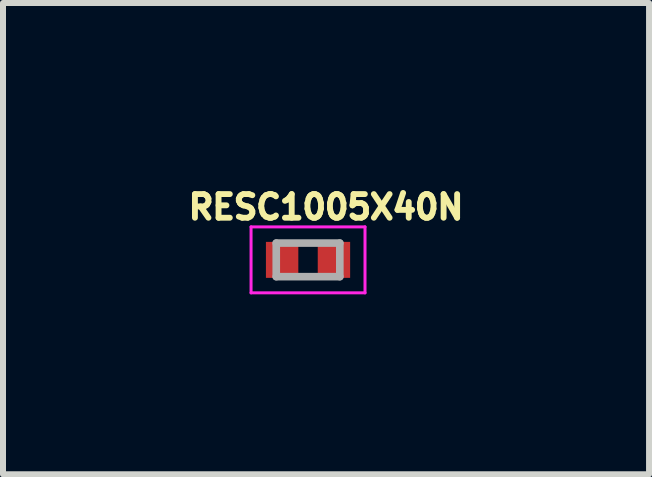
<source format=kicad_pcb>
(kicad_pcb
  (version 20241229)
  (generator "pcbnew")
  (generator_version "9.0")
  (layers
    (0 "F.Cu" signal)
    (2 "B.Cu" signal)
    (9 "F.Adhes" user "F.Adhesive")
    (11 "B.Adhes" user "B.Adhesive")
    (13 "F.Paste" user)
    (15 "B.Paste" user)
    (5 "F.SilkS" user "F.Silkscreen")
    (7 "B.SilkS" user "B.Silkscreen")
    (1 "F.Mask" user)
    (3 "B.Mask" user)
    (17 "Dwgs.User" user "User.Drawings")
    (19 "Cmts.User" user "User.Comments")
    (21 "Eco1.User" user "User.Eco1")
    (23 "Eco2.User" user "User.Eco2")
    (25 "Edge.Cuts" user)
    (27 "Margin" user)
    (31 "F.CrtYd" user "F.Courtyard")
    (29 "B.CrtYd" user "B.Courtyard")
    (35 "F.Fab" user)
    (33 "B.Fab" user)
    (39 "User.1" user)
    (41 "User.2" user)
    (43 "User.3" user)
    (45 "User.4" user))
  (footprint "RESC1005X40N"
    (layer "F.Cu")
    (at 2.086 1.283)
    (property "Reference" "RESC1005X40N" (at 0.3 -0.88 0) (layer "F.SilkS") (effects (font (size 0.394 0.394) (thickness 0.098))))
    (attr smd)
    (fp_line (start -0.95 -0.55) (end 0.95 -0.55) (stroke (width 0.05) (type solid)) (layer "F.CrtYd"))
    (fp_line (start -0.95 0.55) (end -0.95 -0.55) (stroke (width 0.05) (type solid)) (layer "F.CrtYd"))
    (fp_line (start -0.95 0.55) (end 0.95 0.55) (stroke (width 0.05) (type solid)) (layer "F.CrtYd"))
    (fp_line (start 0.95 0.55) (end 0.95 -0.55) (stroke (width 0.05) (type solid)) (layer "F.CrtYd"))
    (fp_line (start -0.53 0.28) (end -0.53 -0.28) (stroke (width 0.127) (type solid)) (layer "F.Fab"))
    (fp_line (start 0.53 -0.28) (end -0.53 -0.28) (stroke (width 0.127) (type solid)) (layer "F.Fab"))
    (fp_line (start 0.53 0.28) (end -0.53 0.28) (stroke (width 0.127) (type solid)) (layer "F.Fab"))
    (fp_line (start 0.53 0.28) (end 0.53 -0.28) (stroke (width 0.127) (type solid)) (layer "F.Fab"))
    (pad "1" smd rect (at -0.432 0) (size 0.54 0.6) (layers "F.Cu" "F.Mask" "F.Paste"))
    (pad "2" smd rect (at 0.432 0) (size 0.54 0.6) (layers "F.Cu" "F.Mask" "F.Paste")))
  (gr_rect
    (start -3 -3)
    (end 7.772 4.858)
    (stroke (width 0.1) (type default))
    (fill no)
    (layer "Edge.Cuts")))
</source>
